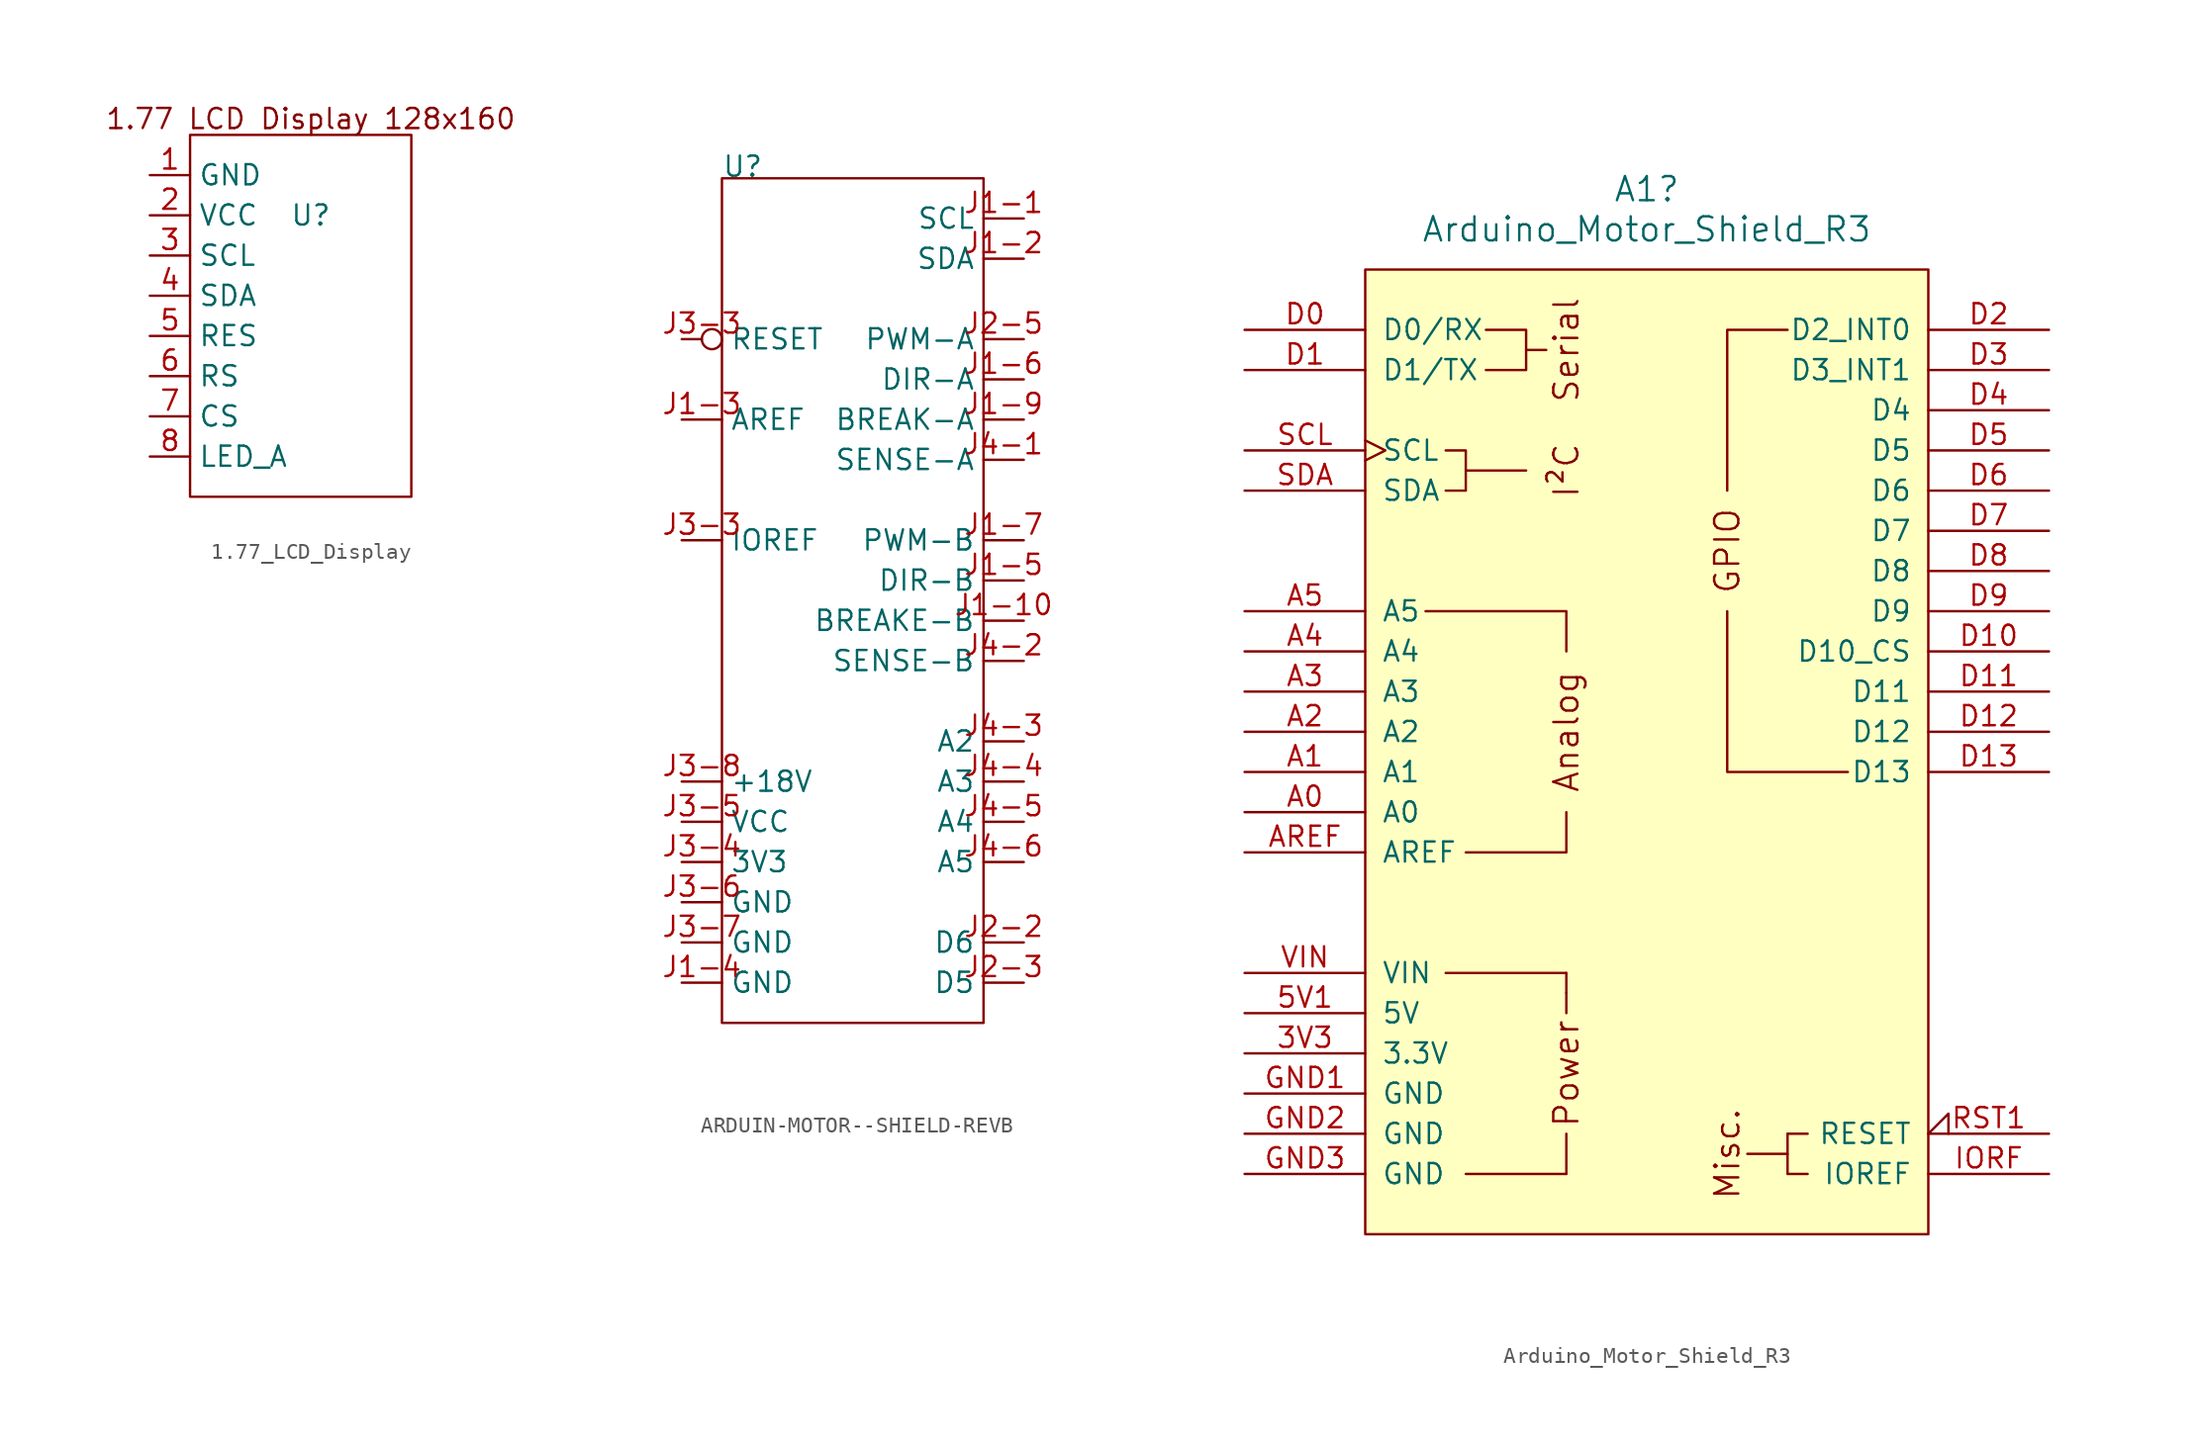
<source format=kicad_sym>
(kicad_symbol_lib
  (version 20231120)
  (generator "kicad_symbol_editor")
  (generator_version "8.0")
  (symbol "1.77_LCD_Display"
    (property "Reference" "U"
      (at 0 0 0)
      (effects (font (size 1.27 1.27))))
    (property "Value" ""
      (at 0 0 0)
      (effects (font (size 1.27 1.27))))
    (symbol "1.77_LCD_Display_0_1"
      (polyline (pts (xy -7.62 5.08) (xy -7.62 -17.78) (xy 6.35 -17.78) (xy 6.35 5.08) (xy -7.62 5.08)) (stroke (width 0) (type default)) (fill (type none))))
    (symbol "1.77_LCD_Display_1_1"
      (text "1.77 LCD Display 128x160" (at 0 6.096 0) (effects (font (size 1.27 1.27))))
      (pin power_in line (at -10.16 2.54 0) (length 2.54) (name "GND" (effects (font (size 1.27 1.27)))) (number "1" (effects (font (size 1.27 1.27)))))
      (pin power_in line (at -10.16 0 0) (length 2.54) (name "VCC" (effects (font (size 1.27 1.27)))) (number "2" (effects (font (size 1.27 1.27)))))
      (pin input line (at -10.16 -2.54 0) (length 2.54) (name "SCL" (effects (font (size 1.27 1.27)))) (number "3" (effects (font (size 1.27 1.27)))))
      (pin input line (at -10.16 -5.08 0) (length 2.54) (name "SDA" (effects (font (size 1.27 1.27)))) (number "4" (effects (font (size 1.27 1.27)))))
      (pin input line (at -10.16 -7.62 0) (length 2.54) (name "RES" (effects (font (size 1.27 1.27)))) (number "5" (effects (font (size 1.27 1.27)))))
      (pin input line (at -10.16 -10.16 0) (length 2.54) (name "RS" (effects (font (size 1.27 1.27)))) (number "6" (effects (font (size 1.27 1.27)))))
      (pin input line (at -10.16 -12.7 0) (length 2.54) (name "CS" (effects (font (size 1.27 1.27)))) (number "7" (effects (font (size 1.27 1.27)))))
      (pin input line (at -10.16 -15.24 0) (length 2.54) (name "LED_A" (effects (font (size 1.27 1.27)))) (number "8" (effects (font (size 1.27 1.27)))))))
  (symbol "ARDUIN-MOTOR--SHIELD-REVB"
    (property "Reference" "U"
      (at -2.54 25.4 0)
      (effects (font (size 1.27 1.27)) (justify left bottom)))
    (property "Value" ""
      (at 0 0 0)
      (effects (font (size 1.27 1.27))))
    (symbol "ARDUIN-MOTOR--SHIELD-REVB_1_1"
      (text_box "" (at 13.97 -27.94 0) (size -16.51 53.34) (stroke (width 0) (type default)) (fill (type none)) (effects (font (size 1.27 1.27)) (justify left top)))
      (pin input line (at 16.51 22.86 180) (length 2.54) (name "SCL" (effects (font (size 1.27 1.27)))) (number "J1-1" (effects (font (size 1.27 1.27)))))
      (pin input line (at 16.51 -2.54 180) (length 2.54) (name "BREAKE-B" (effects (font (size 1.27 1.27)))) (number "J1-10" (effects (font (size 1.27 1.27)))))
      (pin bidirectional line (at 16.51 20.32 180) (length 2.54) (name "SDA" (effects (font (size 1.27 1.27)))) (number "J1-2" (effects (font (size 1.27 1.27)))))
      (pin power_in line (at -5.08 10.16 0) (length 2.54) (name "AREF" (effects (font (size 1.27 1.27)))) (number "J1-3" (effects (font (size 1.27 1.27)))))
      (pin power_in line (at -5.08 -25.4 0) (length 2.54) (name "GND" (effects (font (size 1.27 1.27)))) (number "J1-4" (effects (font (size 1.27 1.27)))))
      (pin input line (at 16.51 0 180) (length 2.54) (name "DIR-B" (effects (font (size 1.27 1.27)))) (number "J1-5" (effects (font (size 1.27 1.27)))))
      (pin input line (at 16.51 12.7 180) (length 2.54) (name "DIR-A" (effects (font (size 1.27 1.27)))) (number "J1-6" (effects (font (size 1.27 1.27)))))
      (pin input line (at 16.51 2.54 180) (length 2.54) (name "PWM-B" (effects (font (size 1.27 1.27)))) (number "J1-7" (effects (font (size 1.27 1.27)))))
      (pin input line (at 16.51 10.16 180) (length 2.54) (name "BREAK-A" (effects (font (size 1.27 1.27)))) (number "J1-9" (effects (font (size 1.27 1.27)))))
      (pin bidirectional line (at 16.51 -22.86 180) (length 2.54) (name "D6" (effects (font (size 1.27 1.27)))) (number "J2-2" (effects (font (size 1.27 1.27)))))
      (pin bidirectional line (at 16.51 -25.4 180) (length 2.54) (name "D5" (effects (font (size 1.27 1.27)))) (number "J2-3" (effects (font (size 1.27 1.27)))))
      (pin input line (at 16.51 15.24 180) (length 2.54) (name "PWM-A" (effects (font (size 1.27 1.27)))) (number "J2-5" (effects (font (size 1.27 1.27)))))
      (pin input line (at -5.08 2.54 0) (length 2.54) (name "IOREF" (effects (font (size 1.27 1.27)))) (number "J3-3" (effects (font (size 1.27 1.27)))))
      (pin output inverted (at -5.08 15.24 0) (length 2.54) (name "RESET" (effects (font (size 1.27 1.27)))) (number "J3-3" (effects (font (size 1.27 1.27)))))
      (pin power_in line (at -5.08 -17.78 0) (length 2.54) (name "3V3" (effects (font (size 1.27 1.27)))) (number "J3-4" (effects (font (size 1.27 1.27)))))
      (pin power_in line (at -5.08 -15.24 0) (length 2.54) (name "VCC" (effects (font (size 1.27 1.27)))) (number "J3-5" (effects (font (size 1.27 1.27)))))
      (pin power_in line (at -5.08 -20.32 0) (length 2.54) (name "GND" (effects (font (size 1.27 1.27)))) (number "J3-6" (effects (font (size 1.27 1.27)))))
      (pin power_in line (at -5.08 -22.86 0) (length 2.54) (name "GND" (effects (font (size 1.27 1.27)))) (number "J3-7" (effects (font (size 1.27 1.27)))))
      (pin power_out line (at -5.08 -12.7 0) (length 2.54) (name "+18V" (effects (font (size 1.27 1.27)))) (number "J3-8" (effects (font (size 1.27 1.27)))))
      (pin output line (at 16.51 7.62 180) (length 2.54) (name "SENSE-A" (effects (font (size 1.27 1.27)))) (number "J4-1" (effects (font (size 1.27 1.27)))))
      (pin output line (at 16.51 -5.08 180) (length 2.54) (name "SENSE-B" (effects (font (size 1.27 1.27)))) (number "J4-2" (effects (font (size 1.27 1.27)))))
      (pin output line (at 16.51 -10.16 180) (length 2.54) (name "A2" (effects (font (size 1.27 1.27)))) (number "J4-3" (effects (font (size 1.27 1.27)))))
      (pin output line (at 16.51 -12.7 180) (length 2.54) (name "A3" (effects (font (size 1.27 1.27)))) (number "J4-4" (effects (font (size 1.27 1.27)))))
      (pin output line (at 16.51 -15.24 180) (length 2.54) (name "A4" (effects (font (size 1.27 1.27)))) (number "J4-5" (effects (font (size 1.27 1.27)))))
      (pin output line (at 16.51 -17.78 180) (length 2.54) (name "A5" (effects (font (size 1.27 1.27)))) (number "J4-6" (effects (font (size 1.27 1.27)))))))
  (symbol "Arduino_Motor_Shield_R3"
    (pin_names
      (offset 1.016))
    (property "Reference" "A1"
      (at 0 35.56 0)
      (effects (font (size 1.524 1.524))))
    (property "Value" "Arduino_Motor_Shield_R3"
      (at 0 33.02 0)
      (effects (font (size 1.524 1.524))))
    (symbol "Arduino_Motor_Shield_R3_0_0"
      (rectangle (start -17.78 30.48) (end 17.78 -30.48) (stroke (width 0) (type default)) (fill (type background)))
      (rectangle (start -12.7 -13.97) (end -5.08 -13.97) (stroke (width 0) (type default)) (fill (type none)))
      (rectangle (start -11.43 -26.67) (end -5.08 -26.67) (stroke (width 0) (type default)) (fill (type none)))
      (polyline (pts (xy -11.43 17.78) (xy -7.62 17.78)) (stroke (width 0) (type default)) (fill (type none)))
      (polyline (pts (xy -7.62 25.4) (xy -6.35 25.4)) (stroke (width 0) (type default)) (fill (type none)))
      (polyline (pts (xy -5.08 -26.67) (xy -5.08 -24.13)) (stroke (width 0) (type default)) (fill (type none)))
      (polyline (pts (xy -5.08 -15.24) (xy -5.08 -16.51)) (stroke (width 0) (type default)) (fill (type none)))
      (polyline (pts (xy -5.08 -13.97) (xy -5.08 -15.24)) (stroke (width 0) (type default)) (fill (type none)))
      (polyline (pts (xy -5.08 -3.81) (xy -5.08 -6.35) (xy -11.43 -6.35)) (stroke (width 0) (type default)) (fill (type none)))
      (polyline (pts (xy -5.08 6.35) (xy -5.08 8.89) (xy -13.97 8.89)) (stroke (width 0) (type default)) (fill (type none)))
      (polyline (pts (xy 5.08 8.89) (xy 5.08 -1.27) (xy 12.7 -1.27)) (stroke (width 0) (type default)) (fill (type none)))
      (polyline (pts (xy 5.08 16.51) (xy 5.08 26.67) (xy 8.89 26.67)) (stroke (width 0) (type default)) (fill (type none)))
      (polyline (pts (xy -12.7 19.05) (xy -11.43 19.05) (xy -11.43 16.51) (xy -12.7 16.51)) (stroke (width 0) (type default)) (fill (type none)))
      (polyline (pts (xy -10.16 26.67) (xy -7.62 26.67) (xy -7.62 24.13) (xy -10.16 24.13)) (stroke (width 0) (type default)) (fill (type none)))
      (rectangle (start 8.89 -25.4) (end 6.35 -25.4) (stroke (width 0) (type default)) (fill (type none)))
      (rectangle (start 8.89 -24.13) (end 8.89 -26.67) (stroke (width 0) (type default)) (fill (type none)))
      (rectangle (start 10.16 -26.67) (end 8.89 -26.67) (stroke (width 0) (type default)) (fill (type none)))
      (rectangle (start 10.16 -24.13) (end 8.89 -24.13) (stroke (width 0) (type default)) (fill (type none)))
      (text "Analog" (at -5.08 1.27 900) (effects (font (size 1.524 1.524))))
      (text "I²C" (at -5.08 17.78 900) (effects (font (size 1.524 1.524))))
      (text "Misc." (at 5.08 -25.4 900) (effects (font (size 1.524 1.524))))
      (text "Power" (at -5.08 -20.32 900) (effects (font (size 1.524 1.524))))
      (text "Serial" (at -5.08 25.4 900) (effects (font (size 1.524 1.524)))))
    (symbol "Arduino_Motor_Shield_R3_1_0"
      (text "GPIO" (at 5.08 12.7 900) (effects (font (size 1.524 1.524)))))
    (symbol "Arduino_Motor_Shield_R3_1_1"
      (pin power_out line (at -25.4 -19.05 0) (length 7.62) (name "3.3V" (effects (font (size 1.27 1.27)))) (number "3V3" (effects (font (size 1.27 1.27)))))
      (pin power_in line (at -25.4 -16.51 0) (length 7.62) (name "5V" (effects (font (size 1.27 1.27)))) (number "5V1" (effects (font (size 1.27 1.27)))))
      (pin bidirectional line (at -25.4 -3.81 0) (length 7.62) (name "A0" (effects (font (size 1.27 1.27)))) (number "A0" (effects (font (size 1.27 1.27)))))
      (pin bidirectional line (at -25.4 -1.27 0) (length 7.62) (name "A1" (effects (font (size 1.27 1.27)))) (number "A1" (effects (font (size 1.27 1.27)))))
      (pin bidirectional line (at -25.4 1.27 0) (length 7.62) (name "A2" (effects (font (size 1.27 1.27)))) (number "A2" (effects (font (size 1.27 1.27)))))
      (pin bidirectional line (at -25.4 3.81 0) (length 7.62) (name "A3" (effects (font (size 1.27 1.27)))) (number "A3" (effects (font (size 1.27 1.27)))))
      (pin bidirectional line (at -25.4 6.35 0) (length 7.62) (name "A4" (effects (font (size 1.27 1.27)))) (number "A4" (effects (font (size 1.27 1.27)))))
      (pin bidirectional line (at -25.4 8.89 0) (length 7.62) (name "A5" (effects (font (size 1.27 1.27)))) (number "A5" (effects (font (size 1.27 1.27)))))
      (pin input line (at -25.4 -6.35 0) (length 7.62) (name "AREF" (effects (font (size 1.27 1.27)))) (number "AREF" (effects (font (size 1.27 1.27)))))
      (pin bidirectional line (at -25.4 26.67 0) (length 7.62) (name "D0/RX" (effects (font (size 1.27 1.27)))) (number "D0" (effects (font (size 1.27 1.27)))))
      (pin bidirectional line (at -25.4 24.13 0) (length 7.62) (name "D1/TX" (effects (font (size 1.27 1.27)))) (number "D1" (effects (font (size 1.27 1.27)))))
      (pin bidirectional line (at 25.4 6.35 180) (length 7.62) (name "D10_CS" (effects (font (size 1.27 1.27)))) (number "D10" (effects (font (size 1.27 1.27)))))
      (pin bidirectional line (at 25.4 3.81 180) (length 7.62) (name "D11" (effects (font (size 1.27 1.27)))) (number "D11" (effects (font (size 1.27 1.27)))))
      (pin bidirectional line (at 25.4 1.27 180) (length 7.62) (name "D12" (effects (font (size 1.27 1.27)))) (number "D12" (effects (font (size 1.27 1.27)))))
      (pin bidirectional line (at 25.4 -1.27 180) (length 7.62) (name "D13" (effects (font (size 1.27 1.27)))) (number "D13" (effects (font (size 1.27 1.27)))))
      (pin bidirectional line (at 25.4 26.67 180) (length 7.62) (name "D2_INT0" (effects (font (size 1.27 1.27)))) (number "D2" (effects (font (size 1.27 1.27)))))
      (pin bidirectional line (at 25.4 24.13 180) (length 7.62) (name "D3_INT1" (effects (font (size 1.27 1.27)))) (number "D3" (effects (font (size 1.27 1.27)))))
      (pin bidirectional line (at 25.4 21.59 180) (length 7.62) (name "D4" (effects (font (size 1.27 1.27)))) (number "D4" (effects (font (size 1.27 1.27)))))
      (pin bidirectional line (at 25.4 19.05 180) (length 7.62) (name "D5" (effects (font (size 1.27 1.27)))) (number "D5" (effects (font (size 1.27 1.27)))))
      (pin bidirectional line (at 25.4 16.51 180) (length 7.62) (name "D6" (effects (font (size 1.27 1.27)))) (number "D6" (effects (font (size 1.27 1.27)))))
      (pin bidirectional line (at 25.4 13.97 180) (length 7.62) (name "D7" (effects (font (size 1.27 1.27)))) (number "D7" (effects (font (size 1.27 1.27)))))
      (pin bidirectional line (at 25.4 11.43 180) (length 7.62) (name "D8" (effects (font (size 1.27 1.27)))) (number "D8" (effects (font (size 1.27 1.27)))))
      (pin bidirectional line (at 25.4 8.89 180) (length 7.62) (name "D9" (effects (font (size 1.27 1.27)))) (number "D9" (effects (font (size 1.27 1.27)))))
      (pin power_in line (at -25.4 -21.59 0) (length 7.62) (name "GND" (effects (font (size 1.27 1.27)))) (number "GND1" (effects (font (size 1.27 1.27)))))
      (pin power_in line (at -25.4 -24.13 0) (length 7.62) (name "GND" (effects (font (size 1.27 1.27)))) (number "GND2" (effects (font (size 1.27 1.27)))))
      (pin power_in line (at -25.4 -26.67 0) (length 7.62) (name "GND" (effects (font (size 1.27 1.27)))) (number "GND3" (effects (font (size 1.27 1.27)))))
      (pin output line (at 25.4 -26.67 180) (length 7.62) (name "IOREF" (effects (font (size 1.27 1.27)))) (number "IORF" (effects (font (size 1.27 1.27)))))
      (pin open_collector input_low (at 25.4 -24.13 180) (length 7.62) (name "RESET" (effects (font (size 1.27 1.27)))) (number "RST1" (effects (font (size 1.27 1.27)))))
      (pin bidirectional clock (at -25.4 19.05 0) (length 7.62) (name "SCL" (effects (font (size 1.27 1.27)))) (number "SCL" (effects (font (size 1.27 1.27)))))
      (pin bidirectional line (at -25.4 16.51 0) (length 7.62) (name "SDA" (effects (font (size 1.27 1.27)))) (number "SDA" (effects (font (size 1.27 1.27)))))
      (pin power_in line (at -25.4 -13.97 0) (length 7.62) (name "VIN" (effects (font (size 1.27 1.27)))) (number "VIN" (effects (font (size 1.27 1.27))))))))
</source>
